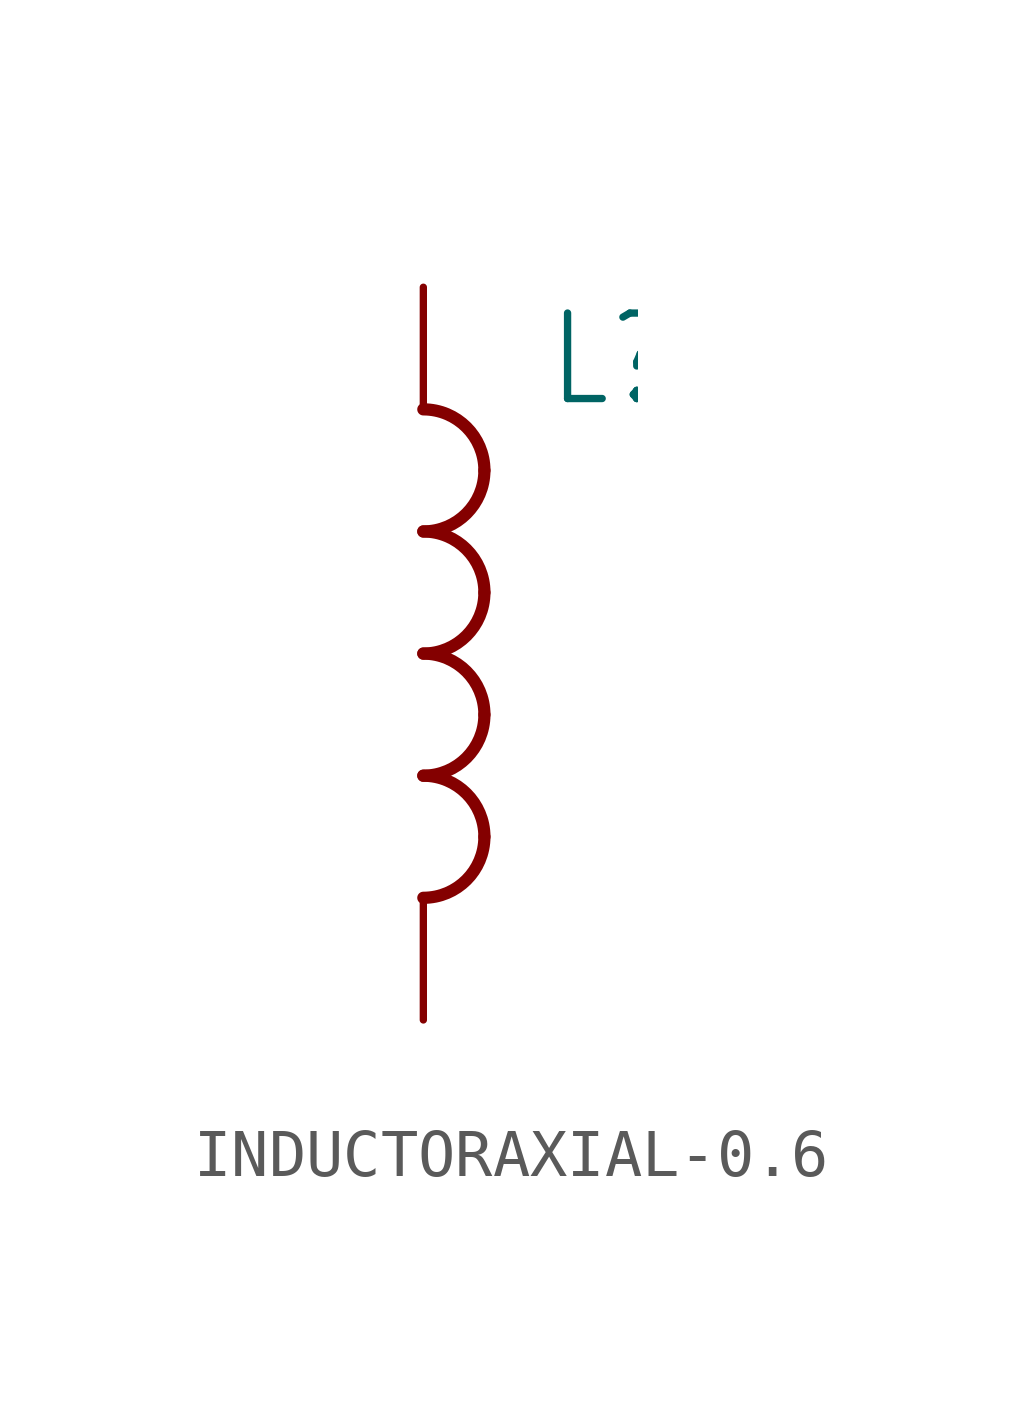
<source format=kicad_sym>
(kicad_symbol_lib
  (version 20241209)
  (generator "kicad_symbol_editor")
  (generator_version "9.0")
  (symbol "INDUCTORAXIAL-0.6"
    (property "Reference" "L"
      (at 2.54 5.08 0)
      (effects (font (size 1.778 1.511)) (justify left bottom)))
    (property "Value" ""
      (at 2.54 -5.08 0)
      (effects (font (size 1.778 1.511)) (justify left bottom)))
    (property "ki_locked" ""
      (at 0 0 0)
      (effects (font (size 1.27 1.27))))
    (symbol "INDUCTORAXIAL-0.6_1_0"
      (arc (start 0 5.08) (mid 0.898 4.708) (end 1.27 3.81) (stroke (width 0.254) (type solid)) (fill (type none)))
      (arc (start 1.27 3.81) (mid 0.898 2.912) (end 0 2.54) (stroke (width 0.254) (type solid)) (fill (type none)))
      (arc (start 1.27 1.27) (mid 0.898 0.372) (end 0 0) (stroke (width 0.254) (type solid)) (fill (type none)))
      (arc (start 0 2.54) (mid 0.8981 2.168) (end 1.2701 1.2699) (stroke (width 0.254) (type solid)) (fill (type none)))
      (arc (start 1.2701 -1.2699) (mid 0.8981 -2.168) (end 0 -2.54) (stroke (width 0.254) (type solid)) (fill (type none)))
      (arc (start 0 0) (mid 0.898 -0.372) (end 1.27 -1.27) (stroke (width 0.254) (type solid)) (fill (type none)))
      (arc (start 0 -2.54) (mid 0.898 -2.912) (end 1.27 -3.81) (stroke (width 0.254) (type solid)) (fill (type none)))
      (arc (start 1.27 -3.81) (mid 0.898 -4.708) (end 0 -5.08) (stroke (width 0.254) (type solid)) (fill (type none)))
      (pin passive line (at 0 7.62 270) (length 2.54) (name "1" (effects (font (size 0 0)))) (number "P$1" (effects (font (size 0 0)))))
      (pin passive line (at 0 -7.62 90) (length 2.54) (name "2" (effects (font (size 0 0)))) (number "P$2" (effects (font (size 0 0))))))))
</source>
